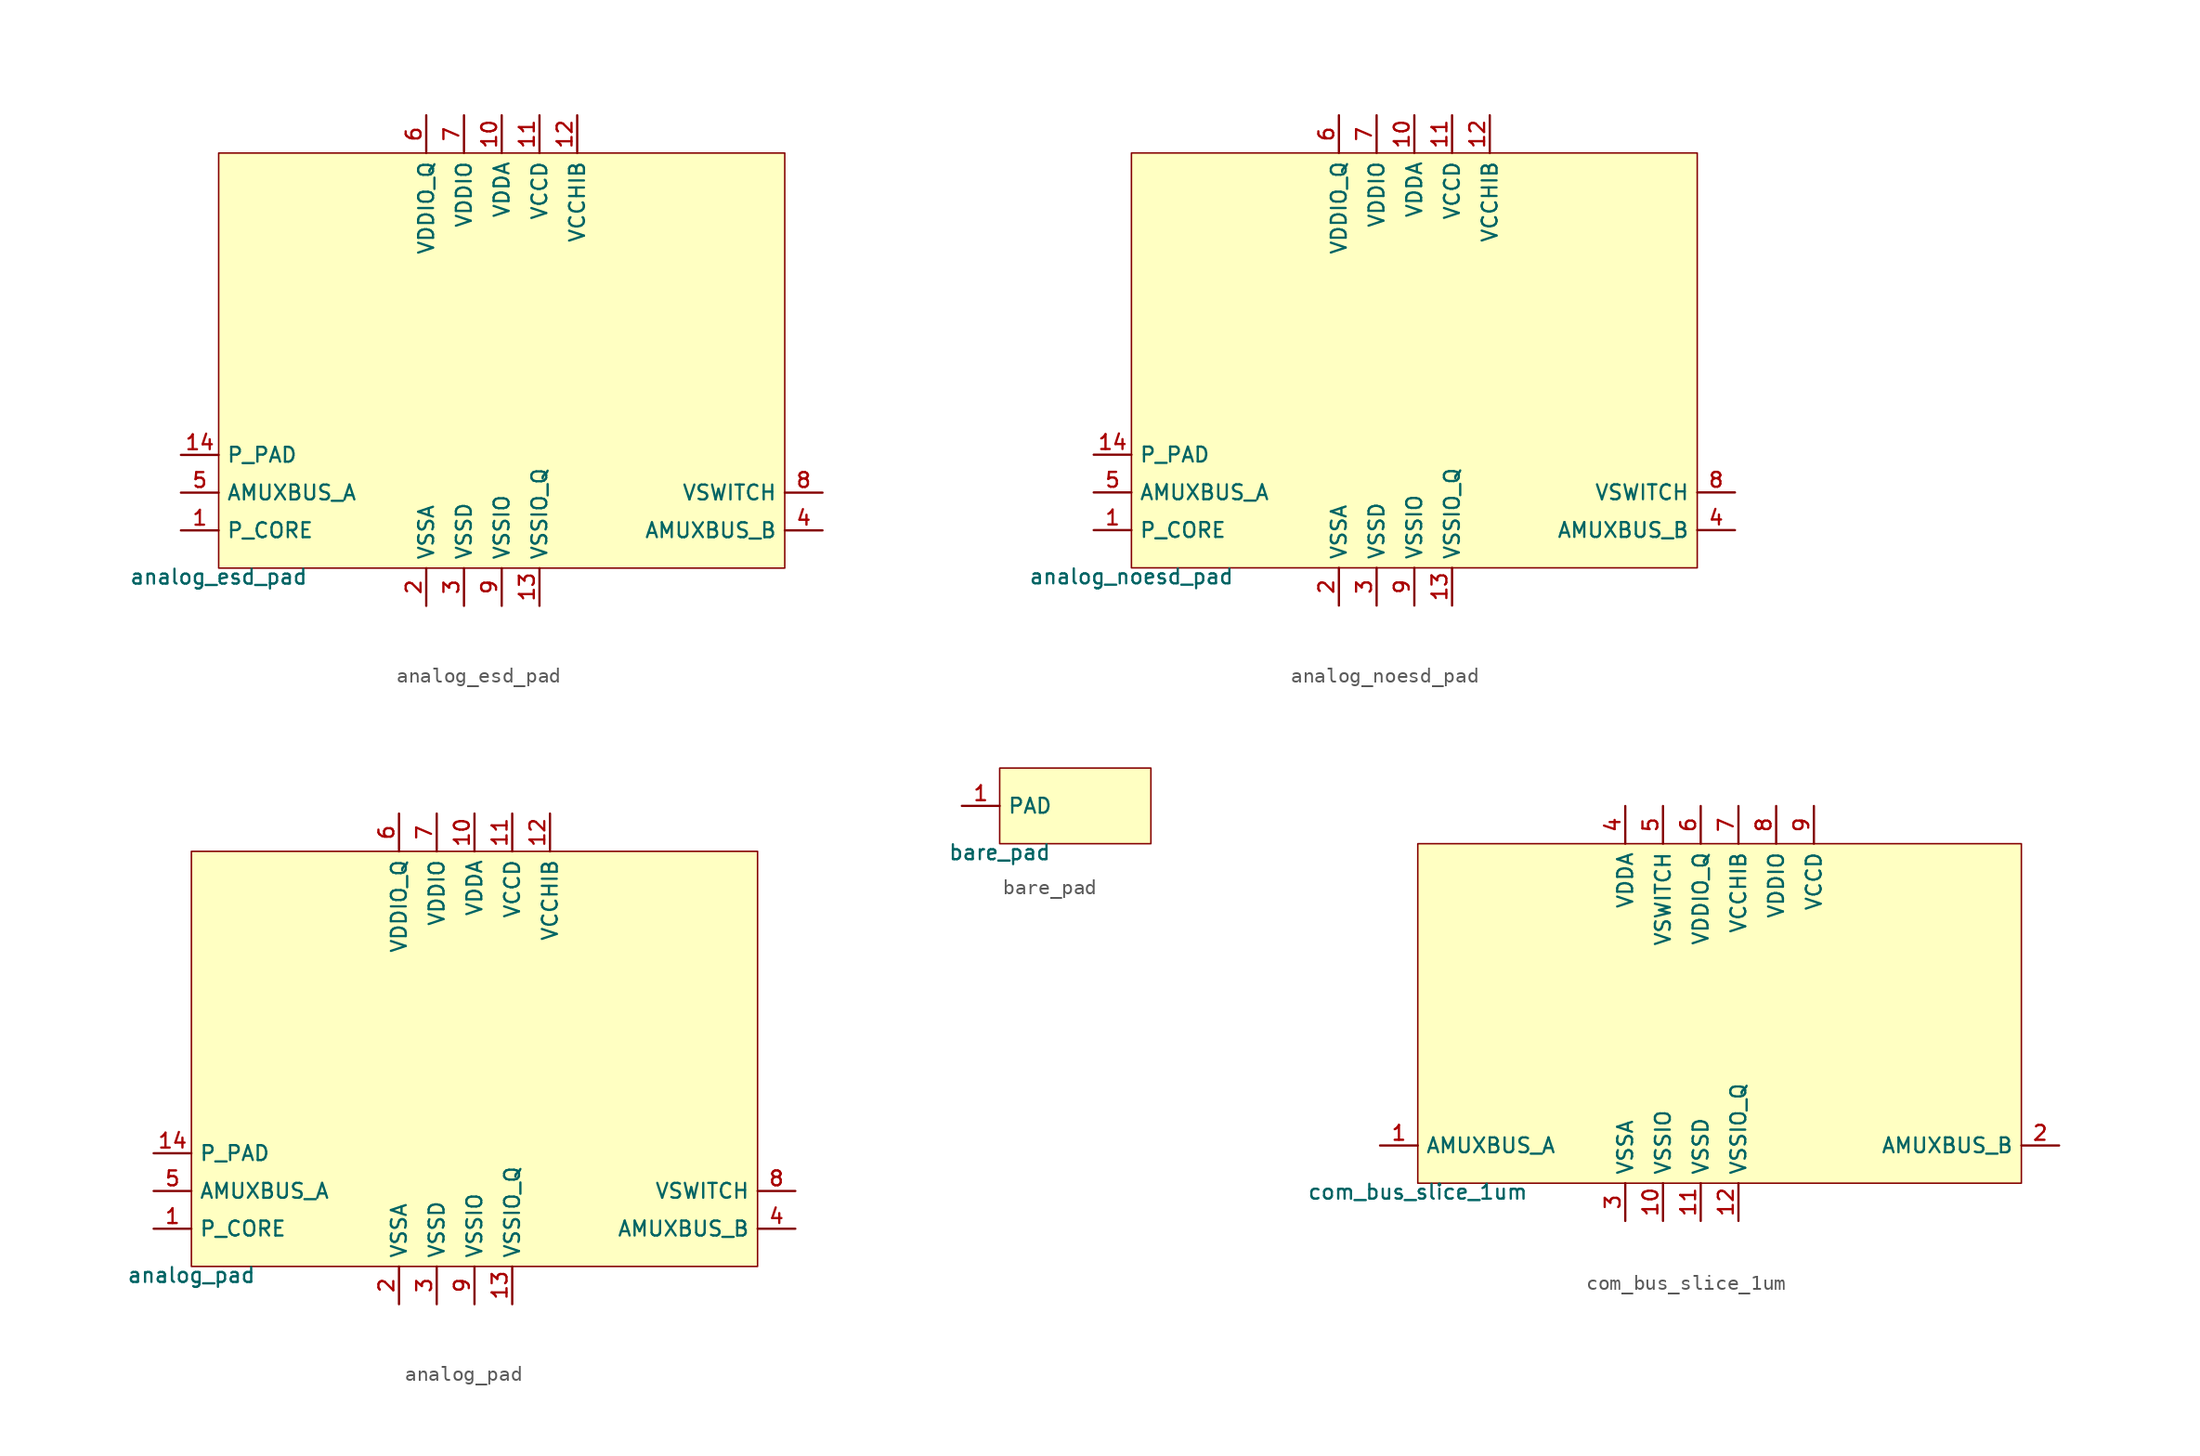
<source format=kicad_sym>
(kicad_symbol_lib
  (version 20211014)
  (generator pdk2kicad)
  (symbol "analog_esd_pad"
    (property "Reference" "X"
      (at 0 0 0)
      (effects (font (size 1 1)) hide))
    (property "Value" "analog_esd_pad"
      (at -19.05 -13.97 0)
      (effects (font (size 1 1)) (justify top)))
    (rectangle
      (start -19.05 -13.97)
      (end 19.05 13.97)
      (stroke (width 0.1) (type solid) (color 0 0 0 0))
      (fill (type background)))
    (pin bidirectional line
      (at -21.59 -11.43 0)
      (length 2.54)
      (name "P_CORE" (effects (font (size 1 1)) hide))
      (number "1" (effects (font (size 1 1)) hide)))
    (pin power_in line
      (at -5.08 -16.51 90)
      (length 2.54)
      (name "VSSA" (effects (font (size 1 1)) hide))
      (number "2" (effects (font (size 1 1)) hide)))
    (pin power_in line
      (at -2.54 -16.51 90)
      (length 2.54)
      (name "VSSD" (effects (font (size 1 1)) hide))
      (number "3" (effects (font (size 1 1)) hide)))
    (pin bidirectional line
      (at 21.59 -11.43 180)
      (length 2.54)
      (name "AMUXBUS_B" (effects (font (size 1 1)) hide))
      (number "4" (effects (font (size 1 1)) hide)))
    (pin bidirectional line
      (at -21.59 -8.89 0)
      (length 2.54)
      (name "AMUXBUS_A" (effects (font (size 1 1)) hide))
      (number "5" (effects (font (size 1 1)) hide)))
    (pin power_in line
      (at -5.08 16.51 270)
      (length 2.54)
      (name "VDDIO_Q" (effects (font (size 1 1)) hide))
      (number "6" (effects (font (size 1 1)) hide)))
    (pin power_in line
      (at -2.54 16.51 270)
      (length 2.54)
      (name "VDDIO" (effects (font (size 1 1)) hide))
      (number "7" (effects (font (size 1 1)) hide)))
    (pin bidirectional line
      (at 21.59 -8.89 180)
      (length 2.54)
      (name "VSWITCH" (effects (font (size 1 1)) hide))
      (number "8" (effects (font (size 1 1)) hide)))
    (pin power_in line
      (at 3.552713678800501e-15 -16.51 90)
      (length 2.54)
      (name "VSSIO" (effects (font (size 1 1)) hide))
      (number "9" (effects (font (size 1 1)) hide)))
    (pin power_in line
      (at 3.552713678800501e-15 16.51 270)
      (length 2.54)
      (name "VDDA" (effects (font (size 1 1)) hide))
      (number "10" (effects (font (size 1 1)) hide)))
    (pin power_in line
      (at 2.54 16.51 270)
      (length 2.54)
      (name "VCCD" (effects (font (size 1 1)) hide))
      (number "11" (effects (font (size 1 1)) hide)))
    (pin power_in line
      (at 5.08 16.51 270)
      (length 2.54)
      (name "VCCHIB" (effects (font (size 1 1)) hide))
      (number "12" (effects (font (size 1 1)) hide)))
    (pin power_in line
      (at 2.54 -16.51 90)
      (length 2.54)
      (name "VSSIO_Q" (effects (font (size 1 1)) hide))
      (number "13" (effects (font (size 1 1)) hide)))
    (pin bidirectional line
      (at -21.59 -6.35 0)
      (length 2.54)
      (name "P_PAD" (effects (font (size 1 1)) hide))
      (number "14" (effects (font (size 1 1)) hide))))
  (symbol "analog_noesd_pad"
    (property "Reference" "X"
      (at 0 0 0)
      (effects (font (size 1 1)) hide))
    (property "Value" "analog_noesd_pad"
      (at -19.05 -13.97 0)
      (effects (font (size 1 1)) (justify top)))
    (rectangle
      (start -19.05 -13.97)
      (end 19.05 13.97)
      (stroke (width 0.1) (type solid) (color 0 0 0 0))
      (fill (type background)))
    (pin bidirectional line
      (at -21.59 -11.43 0)
      (length 2.54)
      (name "P_CORE" (effects (font (size 1 1)) hide))
      (number "1" (effects (font (size 1 1)) hide)))
    (pin power_in line
      (at -5.08 -16.51 90)
      (length 2.54)
      (name "VSSA" (effects (font (size 1 1)) hide))
      (number "2" (effects (font (size 1 1)) hide)))
    (pin power_in line
      (at -2.54 -16.51 90)
      (length 2.54)
      (name "VSSD" (effects (font (size 1 1)) hide))
      (number "3" (effects (font (size 1 1)) hide)))
    (pin bidirectional line
      (at 21.59 -11.43 180)
      (length 2.54)
      (name "AMUXBUS_B" (effects (font (size 1 1)) hide))
      (number "4" (effects (font (size 1 1)) hide)))
    (pin bidirectional line
      (at -21.59 -8.89 0)
      (length 2.54)
      (name "AMUXBUS_A" (effects (font (size 1 1)) hide))
      (number "5" (effects (font (size 1 1)) hide)))
    (pin power_in line
      (at -5.08 16.51 270)
      (length 2.54)
      (name "VDDIO_Q" (effects (font (size 1 1)) hide))
      (number "6" (effects (font (size 1 1)) hide)))
    (pin power_in line
      (at -2.54 16.51 270)
      (length 2.54)
      (name "VDDIO" (effects (font (size 1 1)) hide))
      (number "7" (effects (font (size 1 1)) hide)))
    (pin bidirectional line
      (at 21.59 -8.89 180)
      (length 2.54)
      (name "VSWITCH" (effects (font (size 1 1)) hide))
      (number "8" (effects (font (size 1 1)) hide)))
    (pin power_in line
      (at 3.552713678800501e-15 -16.51 90)
      (length 2.54)
      (name "VSSIO" (effects (font (size 1 1)) hide))
      (number "9" (effects (font (size 1 1)) hide)))
    (pin power_in line
      (at 3.552713678800501e-15 16.51 270)
      (length 2.54)
      (name "VDDA" (effects (font (size 1 1)) hide))
      (number "10" (effects (font (size 1 1)) hide)))
    (pin power_in line
      (at 2.54 16.51 270)
      (length 2.54)
      (name "VCCD" (effects (font (size 1 1)) hide))
      (number "11" (effects (font (size 1 1)) hide)))
    (pin power_in line
      (at 5.08 16.51 270)
      (length 2.54)
      (name "VCCHIB" (effects (font (size 1 1)) hide))
      (number "12" (effects (font (size 1 1)) hide)))
    (pin power_in line
      (at 2.54 -16.51 90)
      (length 2.54)
      (name "VSSIO_Q" (effects (font (size 1 1)) hide))
      (number "13" (effects (font (size 1 1)) hide)))
    (pin bidirectional line
      (at -21.59 -6.35 0)
      (length 2.54)
      (name "P_PAD" (effects (font (size 1 1)) hide))
      (number "14" (effects (font (size 1 1)) hide))))
  (symbol "analog_pad"
    (property "Reference" "X"
      (at 0 0 0)
      (effects (font (size 1 1)) hide))
    (property "Value" "analog_pad"
      (at -19.05 -13.97 0)
      (effects (font (size 1 1)) (justify top)))
    (rectangle
      (start -19.05 -13.97)
      (end 19.05 13.97)
      (stroke (width 0.1) (type solid) (color 0 0 0 0))
      (fill (type background)))
    (pin bidirectional line
      (at -21.59 -11.43 0)
      (length 2.54)
      (name "P_CORE" (effects (font (size 1 1)) hide))
      (number "1" (effects (font (size 1 1)) hide)))
    (pin power_in line
      (at -5.08 -16.51 90)
      (length 2.54)
      (name "VSSA" (effects (font (size 1 1)) hide))
      (number "2" (effects (font (size 1 1)) hide)))
    (pin power_in line
      (at -2.54 -16.51 90)
      (length 2.54)
      (name "VSSD" (effects (font (size 1 1)) hide))
      (number "3" (effects (font (size 1 1)) hide)))
    (pin bidirectional line
      (at 21.59 -11.43 180)
      (length 2.54)
      (name "AMUXBUS_B" (effects (font (size 1 1)) hide))
      (number "4" (effects (font (size 1 1)) hide)))
    (pin bidirectional line
      (at -21.59 -8.89 0)
      (length 2.54)
      (name "AMUXBUS_A" (effects (font (size 1 1)) hide))
      (number "5" (effects (font (size 1 1)) hide)))
    (pin power_in line
      (at -5.08 16.51 270)
      (length 2.54)
      (name "VDDIO_Q" (effects (font (size 1 1)) hide))
      (number "6" (effects (font (size 1 1)) hide)))
    (pin power_in line
      (at -2.54 16.51 270)
      (length 2.54)
      (name "VDDIO" (effects (font (size 1 1)) hide))
      (number "7" (effects (font (size 1 1)) hide)))
    (pin bidirectional line
      (at 21.59 -8.89 180)
      (length 2.54)
      (name "VSWITCH" (effects (font (size 1 1)) hide))
      (number "8" (effects (font (size 1 1)) hide)))
    (pin power_in line
      (at 3.552713678800501e-15 -16.51 90)
      (length 2.54)
      (name "VSSIO" (effects (font (size 1 1)) hide))
      (number "9" (effects (font (size 1 1)) hide)))
    (pin power_in line
      (at 3.552713678800501e-15 16.51 270)
      (length 2.54)
      (name "VDDA" (effects (font (size 1 1)) hide))
      (number "10" (effects (font (size 1 1)) hide)))
    (pin power_in line
      (at 2.54 16.51 270)
      (length 2.54)
      (name "VCCD" (effects (font (size 1 1)) hide))
      (number "11" (effects (font (size 1 1)) hide)))
    (pin power_in line
      (at 5.08 16.51 270)
      (length 2.54)
      (name "VCCHIB" (effects (font (size 1 1)) hide))
      (number "12" (effects (font (size 1 1)) hide)))
    (pin power_in line
      (at 2.54 -16.51 90)
      (length 2.54)
      (name "VSSIO_Q" (effects (font (size 1 1)) hide))
      (number "13" (effects (font (size 1 1)) hide)))
    (pin bidirectional line
      (at -21.59 -6.35 0)
      (length 2.54)
      (name "P_PAD" (effects (font (size 1 1)) hide))
      (number "14" (effects (font (size 1 1)) hide))))
  (symbol "bare_pad"
    (property "Reference" "X"
      (at 0 0 0)
      (effects (font (size 1 1)) hide))
    (property "Value" "bare_pad"
      (at -5.08 -2.54 0)
      (effects (font (size 1 1)) (justify top)))
    (rectangle
      (start -5.08 -2.54)
      (end 5.08 2.54)
      (stroke (width 0.1) (type solid) (color 0 0 0 0))
      (fill (type background)))
    (pin bidirectional line
      (at -7.62 0.0 0)
      (length 2.54)
      (name "PAD" (effects (font (size 1 1)) hide))
      (number "1" (effects (font (size 1 1)) hide))))
  (symbol "com_bus_slice_1um"
    (property "Reference" "X"
      (at 0 0 0)
      (effects (font (size 1 1)) hide))
    (property "Value" "com_bus_slice_1um"
      (at -20.32 -11.43 0)
      (effects (font (size 1 1)) (justify top)))
    (rectangle
      (start -20.32 -11.43)
      (end 20.32 11.43)
      (stroke (width 0.1) (type solid) (color 0 0 0 0))
      (fill (type background)))
    (pin bidirectional line
      (at -22.86 -8.89 0)
      (length 2.54)
      (name "AMUXBUS_A" (effects (font (size 1 1)) hide))
      (number "1" (effects (font (size 1 1)) hide)))
    (pin bidirectional line
      (at 22.86 -8.89 180)
      (length 2.54)
      (name "AMUXBUS_B" (effects (font (size 1 1)) hide))
      (number "2" (effects (font (size 1 1)) hide)))
    (pin power_in line
      (at -6.35 -13.97 90)
      (length 2.54)
      (name "VSSA" (effects (font (size 1 1)) hide))
      (number "3" (effects (font (size 1 1)) hide)))
    (pin power_in line
      (at -6.35 13.97 270)
      (length 2.54)
      (name "VDDA" (effects (font (size 1 1)) hide))
      (number "4" (effects (font (size 1 1)) hide)))
    (pin power_in line
      (at -3.81 13.97 270)
      (length 2.54)
      (name "VSWITCH" (effects (font (size 1 1)) hide))
      (number "5" (effects (font (size 1 1)) hide)))
    (pin power_in line
      (at -1.27 13.97 270)
      (length 2.54)
      (name "VDDIO_Q" (effects (font (size 1 1)) hide))
      (number "6" (effects (font (size 1 1)) hide)))
    (pin power_in line
      (at 1.27 13.97 270)
      (length 2.54)
      (name "VCCHIB" (effects (font (size 1 1)) hide))
      (number "7" (effects (font (size 1 1)) hide)))
    (pin power_in line
      (at 3.81 13.97 270)
      (length 2.54)
      (name "VDDIO" (effects (font (size 1 1)) hide))
      (number "8" (effects (font (size 1 1)) hide)))
    (pin power_in line
      (at 6.35 13.97 270)
      (length 2.54)
      (name "VCCD" (effects (font (size 1 1)) hide))
      (number "9" (effects (font (size 1 1)) hide)))
    (pin power_in line
      (at -3.81 -13.97 90)
      (length 2.54)
      (name "VSSIO" (effects (font (size 1 1)) hide))
      (number "10" (effects (font (size 1 1)) hide)))
    (pin power_in line
      (at -1.27 -13.97 90)
      (length 2.54)
      (name "VSSD" (effects (font (size 1 1)) hide))
      (number "11" (effects (font (size 1 1)) hide)))
    (pin power_in line
      (at 1.27 -13.97 90)
      (length 2.54)
      (name "VSSIO_Q" (effects (font (size 1 1)) hide))
      (number "12" (effects (font (size 1 1)) hide)))))
</source>
